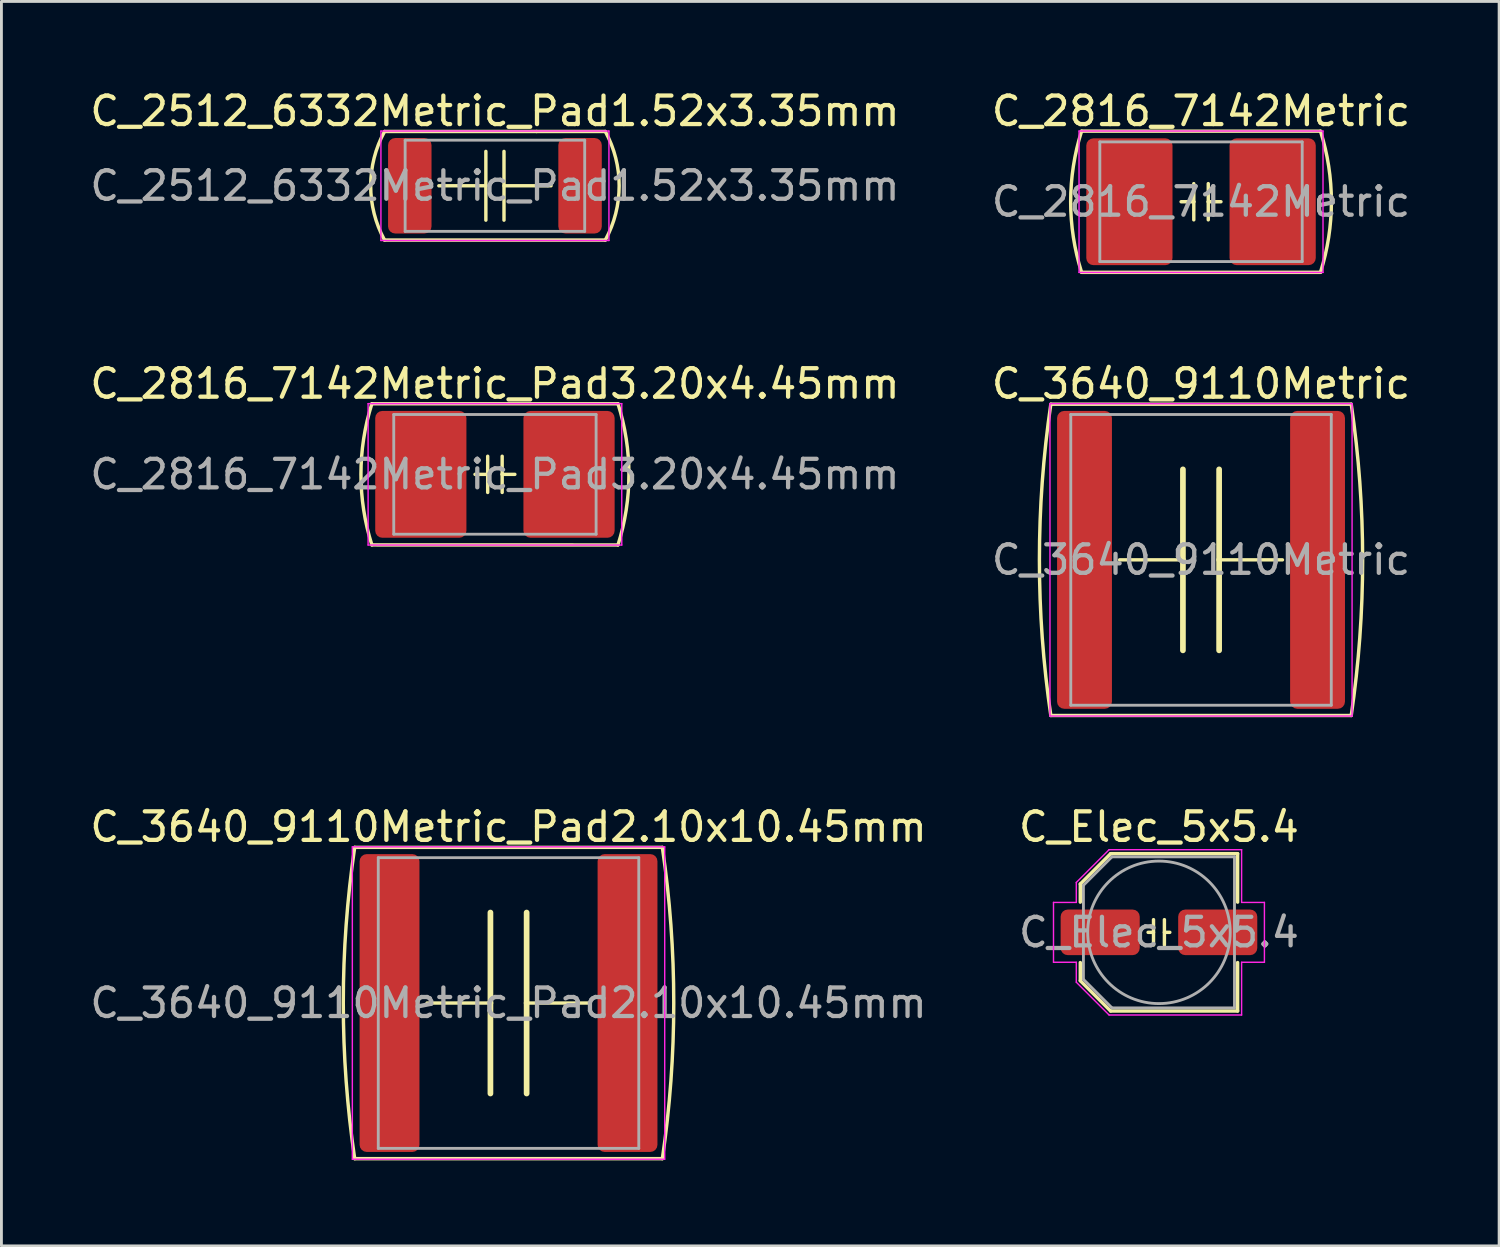
<source format=kicad_pcb>
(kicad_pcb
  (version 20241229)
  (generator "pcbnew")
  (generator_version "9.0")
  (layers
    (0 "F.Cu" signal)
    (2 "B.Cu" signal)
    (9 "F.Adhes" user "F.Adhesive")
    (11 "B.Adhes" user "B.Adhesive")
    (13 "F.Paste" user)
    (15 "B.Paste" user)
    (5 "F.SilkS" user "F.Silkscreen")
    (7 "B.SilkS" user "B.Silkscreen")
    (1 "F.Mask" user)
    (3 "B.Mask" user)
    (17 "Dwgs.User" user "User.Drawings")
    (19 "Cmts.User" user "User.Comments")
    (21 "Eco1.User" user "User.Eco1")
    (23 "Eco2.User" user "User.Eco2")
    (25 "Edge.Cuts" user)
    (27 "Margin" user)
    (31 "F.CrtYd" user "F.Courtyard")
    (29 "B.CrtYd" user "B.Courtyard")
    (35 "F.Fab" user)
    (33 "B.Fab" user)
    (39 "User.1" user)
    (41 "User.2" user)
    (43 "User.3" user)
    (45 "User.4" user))
  (footprint "C_3640_9110Metric_Pad2.10x10.45mm"
    (layer "F.Cu")
    (at 14.792 32.142)
    (property "Reference" "C_3640_9110Metric_Pad2.10x10.45mm" (at 0 -6.18 0) (layer "F.SilkS") (effects (font (size 1 1) (thickness 0.15))))
    (attr smd)
    (fp_line (start -5.397 5.461) (end 5.397 5.461) (stroke (width 0.12) (type solid)) (layer "F.SilkS"))
    (fp_line (start -0.635 -3.175) (end -0.635 0) (stroke (width 0.2) (type solid)) (layer "F.SilkS"))
    (fp_line (start -0.635 0) (end -2.857 0) (stroke (width 0.12) (type solid)) (layer "F.SilkS"))
    (fp_line (start -0.635 3.175) (end -0.635 0) (stroke (width 0.2) (type solid)) (layer "F.SilkS"))
    (fp_line (start 0.635 -3.175) (end 0.635 0) (stroke (width 0.2) (type solid)) (layer "F.SilkS"))
    (fp_line (start 0.635 0) (end 2.857 0) (stroke (width 0.12) (type solid)) (layer "F.SilkS"))
    (fp_line (start 0.635 3.175) (end 0.635 0) (stroke (width 0.2) (type solid)) (layer "F.SilkS"))
    (fp_line (start 5.397 -5.461) (end -5.397 -5.461) (stroke (width 0.12) (type solid)) (layer "F.SilkS"))
    (fp_arc (start -5.3975 5.461) (mid -5.797438 0) (end -5.3975 -5.461) (stroke (width 0.12) (type solid)) (layer "F.SilkS"))
    (fp_arc (start 5.3975 -5.461) (mid 5.797438 0) (end 5.3975 5.461) (stroke (width 0.12) (type solid)) (layer "F.SilkS"))
    (fp_line (start -5.48 -5.48) (end 5.48 -5.48) (stroke (width 0.05) (type solid)) (layer "F.CrtYd"))
    (fp_line (start -5.48 5.48) (end -5.48 -5.48) (stroke (width 0.05) (type solid)) (layer "F.CrtYd"))
    (fp_line (start 5.48 -5.48) (end 5.48 5.48) (stroke (width 0.05) (type solid)) (layer "F.CrtYd"))
    (fp_line (start 5.48 5.48) (end -5.48 5.48) (stroke (width 0.05) (type solid)) (layer "F.CrtYd"))
    (fp_line (start -4.57 -5.1) (end 4.57 -5.1) (stroke (width 0.1) (type solid)) (layer "F.Fab"))
    (fp_line (start -4.57 5.1) (end -4.57 -5.1) (stroke (width 0.1) (type solid)) (layer "F.Fab"))
    (fp_line (start 4.57 -5.1) (end 4.57 5.1) (stroke (width 0.1) (type solid)) (layer "F.Fab"))
    (fp_line (start 4.57 5.1) (end -4.57 5.1) (stroke (width 0.1) (type solid)) (layer "F.Fab"))
    (fp_text user "${REFERENCE}" (at 0 0 0) (layer "F.Fab") (effects (font (size 1 1) (thickness 0.15))))
    (pad "1" smd roundrect (at -4.175 0) (size 2.1 10.45) (layers "F.Cu" "F.Mask" "F.Paste") (roundrect_rratio 0.119))
    (pad "2" smd roundrect (at 4.175 0) (size 2.1 10.45) (layers "F.Cu" "F.Mask" "F.Paste") (roundrect_rratio 0.119)))
  (footprint "C_3640_9110Metric"
    (layer "F.Cu")
    (at 39.089 16.593)
    (property "Reference" "C_3640_9110Metric" (at 0 -6.18 0) (layer "F.SilkS") (effects (font (size 1 1) (thickness 0.15))))
    (attr smd)
    (fp_line (start -5.271 5.461) (end 5.271 5.461) (stroke (width 0.12) (type solid)) (layer "F.SilkS"))
    (fp_line (start -0.635 -3.175) (end -0.635 0) (stroke (width 0.2) (type solid)) (layer "F.SilkS"))
    (fp_line (start -0.635 0) (end -2.857 0) (stroke (width 0.12) (type solid)) (layer "F.SilkS"))
    (fp_line (start -0.635 3.175) (end -0.635 0) (stroke (width 0.2) (type solid)) (layer "F.SilkS"))
    (fp_line (start 0.635 -3.175) (end 0.635 0) (stroke (width 0.2) (type solid)) (layer "F.SilkS"))
    (fp_line (start 0.635 0) (end 2.857 0) (stroke (width 0.12) (type solid)) (layer "F.SilkS"))
    (fp_line (start 0.635 3.175) (end 0.635 0) (stroke (width 0.2) (type solid)) (layer "F.SilkS"))
    (fp_line (start 5.271 -5.461) (end -5.271 -5.461) (stroke (width 0.12) (type solid)) (layer "F.SilkS"))
    (fp_arc (start -5.2705 5.461) (mid -5.670438 0) (end -5.2705 -5.461) (stroke (width 0.12) (type solid)) (layer "F.SilkS"))
    (fp_arc (start 5.2705 -5.461) (mid 5.670438 0) (end 5.2705 5.461) (stroke (width 0.12) (type solid)) (layer "F.SilkS"))
    (fp_line (start -5.3 -5.48) (end 5.3 -5.48) (stroke (width 0.05) (type solid)) (layer "F.CrtYd"))
    (fp_line (start -5.3 5.48) (end -5.3 -5.48) (stroke (width 0.05) (type solid)) (layer "F.CrtYd"))
    (fp_line (start 5.3 -5.48) (end 5.3 5.48) (stroke (width 0.05) (type solid)) (layer "F.CrtYd"))
    (fp_line (start 5.3 5.48) (end -5.3 5.48) (stroke (width 0.05) (type solid)) (layer "F.CrtYd"))
    (fp_line (start -4.57 -5.1) (end 4.57 -5.1) (stroke (width 0.1) (type solid)) (layer "F.Fab"))
    (fp_line (start -4.57 5.1) (end -4.57 -5.1) (stroke (width 0.1) (type solid)) (layer "F.Fab"))
    (fp_line (start 4.57 -5.1) (end 4.57 5.1) (stroke (width 0.1) (type solid)) (layer "F.Fab"))
    (fp_line (start 4.57 5.1) (end -4.57 5.1) (stroke (width 0.1) (type solid)) (layer "F.Fab"))
    (fp_text user "${REFERENCE}" (at 0 0 0) (layer "F.Fab") (effects (font (size 1 1) (thickness 0.15))))
    (pad "1" smd roundrect (at -4.088 0) (size 1.925 10.45) (layers "F.Cu" "F.Mask" "F.Paste") (roundrect_rratio 0.13))
    (pad "2" smd roundrect (at 4.088 0) (size 1.925 10.45) (layers "F.Cu" "F.Mask" "F.Paste") (roundrect_rratio 0.13)))
  (footprint "C_Elec_5x5.4"
    (layer "F.Cu")
    (at 37.613 29.662)
    (property "Reference" "C_Elec_5x5.4" (at 0 -3.7 0) (layer "F.SilkS") (effects (font (size 1 1) (thickness 0.15))))
    (attr smd)
    (fp_line (start -2.76 -1.696) (end -2.76 -1.06) (stroke (width 0.12) (type solid)) (layer "F.SilkS"))
    (fp_line (start -2.76 -1.696) (end -1.696 -2.76) (stroke (width 0.12) (type solid)) (layer "F.SilkS"))
    (fp_line (start -2.76 1.696) (end -2.76 1.06) (stroke (width 0.12) (type solid)) (layer "F.SilkS"))
    (fp_line (start -2.76 1.696) (end -1.696 2.76) (stroke (width 0.12) (type solid)) (layer "F.SilkS"))
    (fp_line (start -1.696 -2.76) (end 2.76 -2.76) (stroke (width 0.12) (type solid)) (layer "F.SilkS"))
    (fp_line (start -1.696 2.76) (end 2.76 2.76) (stroke (width 0.12) (type solid)) (layer "F.SilkS"))
    (fp_line (start -0.191 -0.445) (end -0.191 0.445) (stroke (width 0.12) (type solid)) (layer "F.SilkS"))
    (fp_line (start -0.191 0) (end -0.381 0) (stroke (width 0.12) (type solid)) (layer "F.SilkS"))
    (fp_line (start 0.191 -0.445) (end 0.191 0.445) (stroke (width 0.12) (type solid)) (layer "F.SilkS"))
    (fp_line (start 0.191 0) (end 0.381 0) (stroke (width 0.12) (type solid)) (layer "F.SilkS"))
    (fp_line (start 2.76 -2.76) (end 2.76 -1.06) (stroke (width 0.12) (type solid)) (layer "F.SilkS"))
    (fp_line (start 2.76 2.76) (end 2.76 1.06) (stroke (width 0.12) (type solid)) (layer "F.SilkS"))
    (fp_line (start -3.7 -1.05) (end -3.7 1.05) (stroke (width 0.05) (type solid)) (layer "F.CrtYd"))
    (fp_line (start -3.7 1.05) (end -2.9 1.05) (stroke (width 0.05) (type solid)) (layer "F.CrtYd"))
    (fp_line (start -2.9 -1.75) (end -2.9 -1.05) (stroke (width 0.05) (type solid)) (layer "F.CrtYd"))
    (fp_line (start -2.9 -1.75) (end -1.75 -2.9) (stroke (width 0.05) (type solid)) (layer "F.CrtYd"))
    (fp_line (start -2.9 -1.05) (end -3.7 -1.05) (stroke (width 0.05) (type solid)) (layer "F.CrtYd"))
    (fp_line (start -2.9 1.05) (end -2.9 1.75) (stroke (width 0.05) (type solid)) (layer "F.CrtYd"))
    (fp_line (start -2.9 1.75) (end -1.75 2.9) (stroke (width 0.05) (type solid)) (layer "F.CrtYd"))
    (fp_line (start -1.75 -2.9) (end 2.9 -2.9) (stroke (width 0.05) (type solid)) (layer "F.CrtYd"))
    (fp_line (start -1.75 2.9) (end 2.9 2.9) (stroke (width 0.05) (type solid)) (layer "F.CrtYd"))
    (fp_line (start 2.9 -2.9) (end 2.9 -1.05) (stroke (width 0.05) (type solid)) (layer "F.CrtYd"))
    (fp_line (start 2.9 -1.05) (end 3.7 -1.05) (stroke (width 0.05) (type solid)) (layer "F.CrtYd"))
    (fp_line (start 2.9 1.05) (end 2.9 2.9) (stroke (width 0.05) (type solid)) (layer "F.CrtYd"))
    (fp_line (start 3.7 -1.05) (end 3.7 1.05) (stroke (width 0.05) (type solid)) (layer "F.CrtYd"))
    (fp_line (start 3.7 1.05) (end 2.9 1.05) (stroke (width 0.05) (type solid)) (layer "F.CrtYd"))
    (fp_line (start -2.65 -1.65) (end -2.65 1.65) (stroke (width 0.1) (type solid)) (layer "F.Fab"))
    (fp_line (start -2.65 -1.65) (end -1.65 -2.65) (stroke (width 0.1) (type solid)) (layer "F.Fab"))
    (fp_line (start -2.65 1.65) (end -1.65 2.65) (stroke (width 0.1) (type solid)) (layer "F.Fab"))
    (fp_line (start -1.65 -2.65) (end 2.65 -2.65) (stroke (width 0.1) (type solid)) (layer "F.Fab"))
    (fp_line (start -1.65 2.65) (end 2.65 2.65) (stroke (width 0.1) (type solid)) (layer "F.Fab"))
    (fp_line (start 2.65 -2.65) (end 2.65 2.65) (stroke (width 0.1) (type solid)) (layer "F.Fab"))
    (fp_circle (center 0 0) (end 2.5 0) (stroke (width 0.1) (type solid)) (fill no) (layer "F.Fab"))
    (fp_text user "${REFERENCE}" (at 0 0 0) (layer "F.Fab") (effects (font (size 1 1) (thickness 0.15))))
    (pad "1" smd roundrect (at -2.062 0) (size 2.775 1.6) (layers "F.Cu" "F.Mask" "F.Paste") (roundrect_rratio 0.156))
    (pad "2" smd roundrect (at 2.062 0) (size 2.775 1.6) (layers "F.Cu" "F.Mask" "F.Paste") (roundrect_rratio 0.156)))
  (footprint "C_2512_6332Metric_Pad1.52x3.35mm"
    (layer "F.Cu")
    (at 14.315 3.468)
    (property "Reference" "C_2512_6332Metric_Pad1.52x3.35mm" (at 0 -2.62 0) (layer "F.SilkS") (effects (font (size 1 1) (thickness 0.15))))
    (attr smd)
    (fp_line (start -3.873 1.905) (end 3.873 1.905) (stroke (width 0.12) (type solid)) (layer "F.SilkS"))
    (fp_line (start -0.318 -1.206) (end -0.318 1.206) (stroke (width 0.12) (type solid)) (layer "F.SilkS"))
    (fp_line (start -0.318 0) (end -1.968 0) (stroke (width 0.12) (type solid)) (layer "F.SilkS"))
    (fp_line (start 0.318 -1.206) (end 0.318 1.206) (stroke (width 0.12) (type solid)) (layer "F.SilkS"))
    (fp_line (start 0.318 0) (end 1.968 0) (stroke (width 0.12) (type solid)) (layer "F.SilkS"))
    (fp_line (start 1.46 -1.905) (end -3.873 -1.905) (stroke (width 0.12) (type solid)) (layer "F.SilkS"))
    (fp_line (start 3.873 -1.905) (end 1.46 -1.905) (stroke (width 0.12) (type solid)) (layer "F.SilkS"))
    (fp_arc (start -3.8735 1.905) (mid -4.359263 0.000001) (end -3.8735 -1.904999) (stroke (width 0.12) (type solid)) (layer "F.SilkS"))
    (fp_arc (start 3.8735 -1.904998) (mid 4.359263 0.000001) (end 3.8735 1.905001) (stroke (width 0.12) (type solid)) (layer "F.SilkS"))
    (fp_line (start -4 -1.92) (end 4 -1.92) (stroke (width 0.05) (type solid)) (layer "F.CrtYd"))
    (fp_line (start -4 1.92) (end -4 -1.92) (stroke (width 0.05) (type solid)) (layer "F.CrtYd"))
    (fp_line (start 4 -1.92) (end 4 1.92) (stroke (width 0.05) (type solid)) (layer "F.CrtYd"))
    (fp_line (start 4 1.92) (end -4 1.92) (stroke (width 0.05) (type solid)) (layer "F.CrtYd"))
    (fp_line (start -3.15 -1.6) (end 3.15 -1.6) (stroke (width 0.1) (type solid)) (layer "F.Fab"))
    (fp_line (start -3.15 1.6) (end -3.15 -1.6) (stroke (width 0.1) (type solid)) (layer "F.Fab"))
    (fp_line (start 3.15 -1.6) (end 3.15 1.6) (stroke (width 0.1) (type solid)) (layer "F.Fab"))
    (fp_line (start 3.15 1.6) (end -3.15 1.6) (stroke (width 0.1) (type solid)) (layer "F.Fab"))
    (fp_text user "${REFERENCE}" (at 0 0 0) (layer "F.Fab") (effects (font (size 1 1) (thickness 0.15))))
    (pad "1" smd roundrect (at -2.987 0) (size 1.525 3.35) (layers "F.Cu" "F.Mask" "F.Paste") (roundrect_rratio 0.164))
    (pad "2" smd roundrect (at 2.987 0) (size 1.525 3.35) (layers "F.Cu" "F.Mask" "F.Paste") (roundrect_rratio 0.164)))
  (footprint "C_2816_7142Metric"
    (layer "F.Cu")
    (at 39.089 4.028)
    (property "Reference" "C_2816_7142Metric" (at 0 -3.18 0) (layer "F.SilkS") (effects (font (size 1 1) (thickness 0.15))))
    (attr smd)
    (fp_line (start -4.191 2.477) (end 4.191 2.477) (stroke (width 0.12) (type solid)) (layer "F.SilkS"))
    (fp_line (start -0.699 0) (end -0.254 0) (stroke (width 0.12) (type solid)) (layer "F.SilkS"))
    (fp_line (start -0.254 -0.635) (end -0.254 0) (stroke (width 0.12) (type solid)) (layer "F.SilkS"))
    (fp_line (start -0.254 0) (end -0.254 0.635) (stroke (width 0.12) (type solid)) (layer "F.SilkS"))
    (fp_line (start 0.254 -0.635) (end 0.254 0) (stroke (width 0.12) (type solid)) (layer "F.SilkS"))
    (fp_line (start 0.254 0) (end 0.254 0.635) (stroke (width 0.12) (type solid)) (layer "F.SilkS"))
    (fp_line (start 0.254 0) (end 0.699 0) (stroke (width 0.12) (type solid)) (layer "F.SilkS"))
    (fp_line (start 4.191 -2.476) (end -4.191 -2.477) (stroke (width 0.12) (type solid)) (layer "F.SilkS"))
    (fp_arc (start -4.191 2.476499) (mid -4.574215 0) (end -4.191 -2.4765) (stroke (width 0.12) (type solid)) (layer "F.SilkS"))
    (fp_arc (start 4.191 -2.476499) (mid 4.574215 0) (end 4.191 2.4765) (stroke (width 0.12) (type solid)) (layer "F.SilkS"))
    (fp_line (start -4.28 -2.48) (end 4.28 -2.48) (stroke (width 0.05) (type solid)) (layer "F.CrtYd"))
    (fp_line (start -4.28 2.48) (end -4.28 -2.48) (stroke (width 0.05) (type solid)) (layer "F.CrtYd"))
    (fp_line (start 4.28 -2.48) (end 4.28 2.48) (stroke (width 0.05) (type solid)) (layer "F.CrtYd"))
    (fp_line (start 4.28 2.48) (end -4.28 2.48) (stroke (width 0.05) (type solid)) (layer "F.CrtYd"))
    (fp_line (start -3.55 -2.1) (end 3.55 -2.1) (stroke (width 0.1) (type solid)) (layer "F.Fab"))
    (fp_line (start -3.55 2.1) (end -3.55 -2.1) (stroke (width 0.1) (type solid)) (layer "F.Fab"))
    (fp_line (start 3.55 -2.1) (end 3.55 2.1) (stroke (width 0.1) (type solid)) (layer "F.Fab"))
    (fp_line (start 3.55 2.1) (end -3.55 2.1) (stroke (width 0.1) (type solid)) (layer "F.Fab"))
    (fp_text user "${REFERENCE}" (at 0 0 0) (layer "F.Fab") (effects (font (size 1 1) (thickness 0.15))))
    (pad "1" smd roundrect (at -2.513 0) (size 3.025 4.45) (layers "F.Cu" "F.Mask" "F.Paste") (roundrect_rratio 0.083))
    (pad "2" smd roundrect (at 2.513 0) (size 3.025 4.45) (layers "F.Cu" "F.Mask" "F.Paste") (roundrect_rratio 0.083)))
  (footprint "C_2816_7142Metric_Pad3.20x4.45mm"
    (layer "F.Cu")
    (at 14.315 13.593)
    (property "Reference" "C_2816_7142Metric_Pad3.20x4.45mm" (at 0 -3.18 0) (layer "F.SilkS") (effects (font (size 1 1) (thickness 0.15))))
    (attr smd)
    (fp_line (start -4.318 2.476) (end 4.318 2.477) (stroke (width 0.12) (type solid)) (layer "F.SilkS"))
    (fp_line (start -0.699 0) (end -0.254 0) (stroke (width 0.12) (type solid)) (layer "F.SilkS"))
    (fp_line (start -0.254 -0.635) (end -0.254 0) (stroke (width 0.12) (type solid)) (layer "F.SilkS"))
    (fp_line (start -0.254 0) (end -0.254 0.635) (stroke (width 0.12) (type solid)) (layer "F.SilkS"))
    (fp_line (start 0.254 -0.635) (end 0.254 0) (stroke (width 0.12) (type solid)) (layer "F.SilkS"))
    (fp_line (start 0.254 0) (end 0.254 0.635) (stroke (width 0.12) (type solid)) (layer "F.SilkS"))
    (fp_line (start 0.254 0) (end 0.699 0) (stroke (width 0.12) (type solid)) (layer "F.SilkS"))
    (fp_line (start 4.318 -2.476) (end -4.318 -2.477) (stroke (width 0.12) (type solid)) (layer "F.SilkS"))
    (fp_arc (start -4.318 2.476499) (mid -4.701215 0) (end -4.318 -2.4765) (stroke (width 0.12) (type solid)) (layer "F.SilkS"))
    (fp_arc (start 4.318 -2.476499) (mid 4.701215 0) (end 4.318 2.4765) (stroke (width 0.12) (type solid)) (layer "F.SilkS"))
    (fp_line (start -4.45 -2.48) (end 4.45 -2.48) (stroke (width 0.05) (type solid)) (layer "F.CrtYd"))
    (fp_line (start -4.45 2.48) (end -4.45 -2.48) (stroke (width 0.05) (type solid)) (layer "F.CrtYd"))
    (fp_line (start 4.45 -2.48) (end 4.45 2.48) (stroke (width 0.05) (type solid)) (layer "F.CrtYd"))
    (fp_line (start 4.45 2.48) (end -4.45 2.48) (stroke (width 0.05) (type solid)) (layer "F.CrtYd"))
    (fp_line (start -3.55 -2.1) (end 3.55 -2.1) (stroke (width 0.1) (type solid)) (layer "F.Fab"))
    (fp_line (start -3.55 2.1) (end -3.55 -2.1) (stroke (width 0.1) (type solid)) (layer "F.Fab"))
    (fp_line (start 3.55 -2.1) (end 3.55 2.1) (stroke (width 0.1) (type solid)) (layer "F.Fab"))
    (fp_line (start 3.55 2.1) (end -3.55 2.1) (stroke (width 0.1) (type solid)) (layer "F.Fab"))
    (fp_text user "${REFERENCE}" (at 0 0 0) (layer "F.Fab") (effects (font (size 1 1) (thickness 0.15))))
    (pad "1" smd roundrect (at -2.6 0) (size 3.2 4.45) (layers "F.Cu" "F.Mask" "F.Paste") (roundrect_rratio 0.078))
    (pad "2" smd roundrect (at 2.6 0) (size 3.2 4.45) (layers "F.Cu" "F.Mask" "F.Paste") (roundrect_rratio 0.078)))
  (gr_rect
    (start -3 -3)
    (end 49.548 40.663)
    (stroke (width 0.1) (type default))
    (fill no)
    (layer "Edge.Cuts")))
</source>
